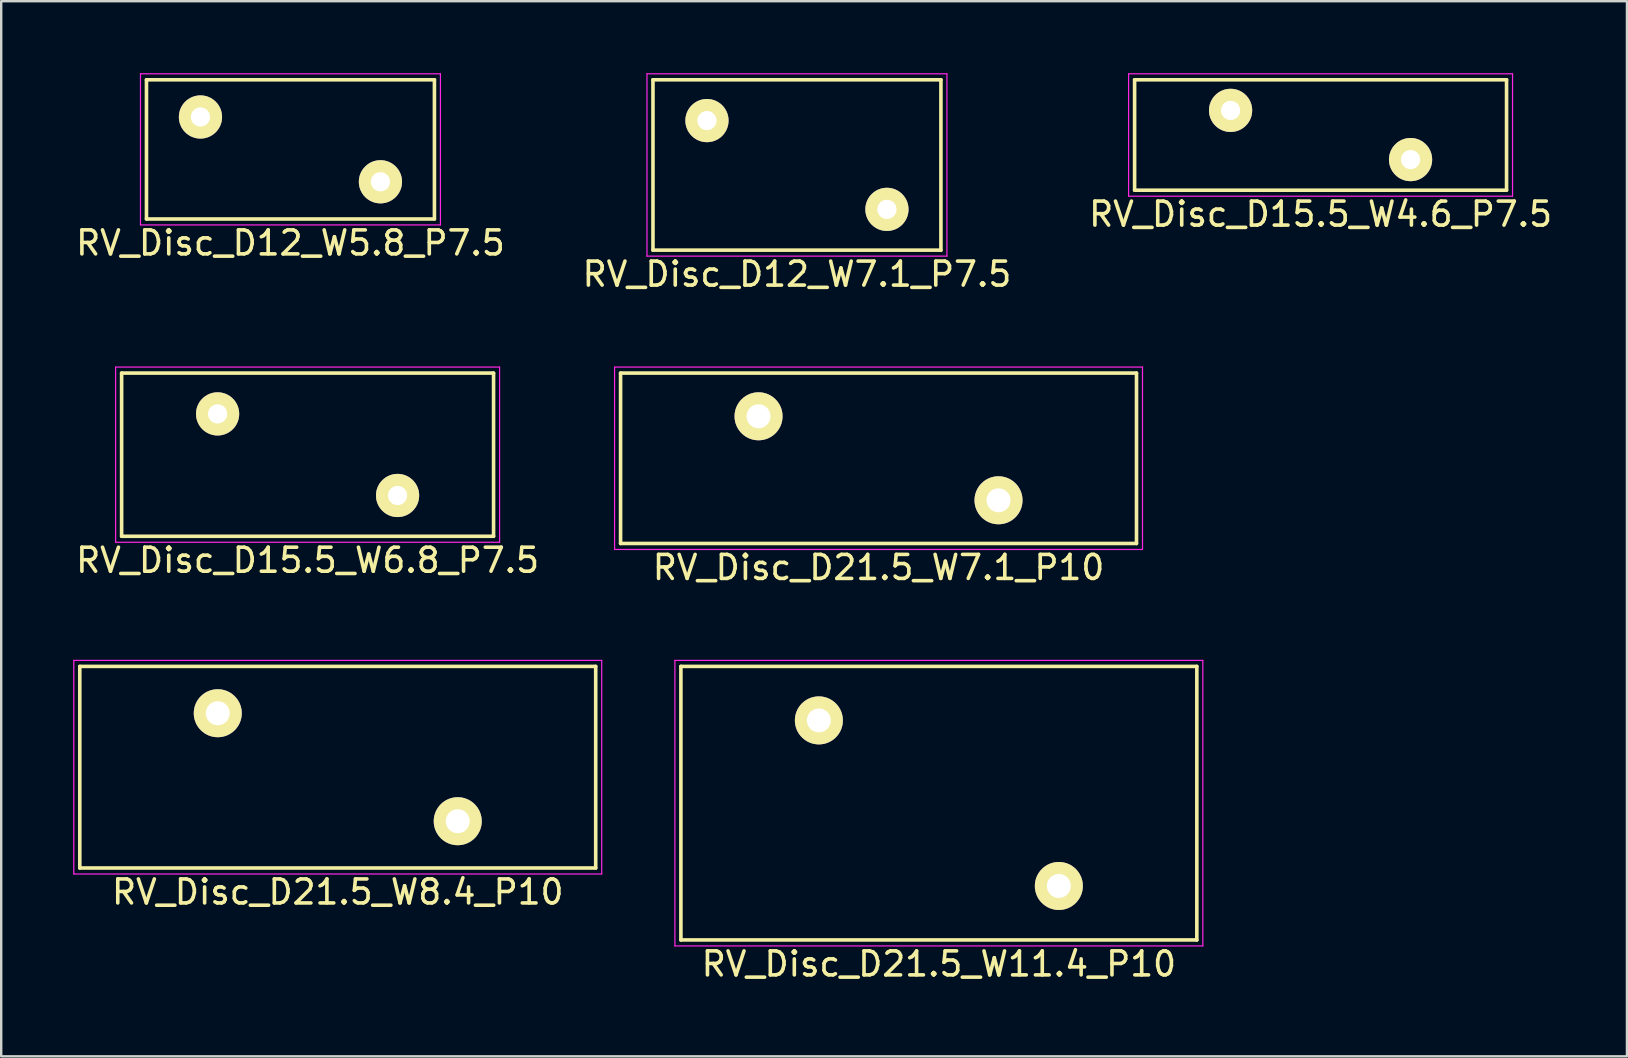
<source format=kicad_pcb>
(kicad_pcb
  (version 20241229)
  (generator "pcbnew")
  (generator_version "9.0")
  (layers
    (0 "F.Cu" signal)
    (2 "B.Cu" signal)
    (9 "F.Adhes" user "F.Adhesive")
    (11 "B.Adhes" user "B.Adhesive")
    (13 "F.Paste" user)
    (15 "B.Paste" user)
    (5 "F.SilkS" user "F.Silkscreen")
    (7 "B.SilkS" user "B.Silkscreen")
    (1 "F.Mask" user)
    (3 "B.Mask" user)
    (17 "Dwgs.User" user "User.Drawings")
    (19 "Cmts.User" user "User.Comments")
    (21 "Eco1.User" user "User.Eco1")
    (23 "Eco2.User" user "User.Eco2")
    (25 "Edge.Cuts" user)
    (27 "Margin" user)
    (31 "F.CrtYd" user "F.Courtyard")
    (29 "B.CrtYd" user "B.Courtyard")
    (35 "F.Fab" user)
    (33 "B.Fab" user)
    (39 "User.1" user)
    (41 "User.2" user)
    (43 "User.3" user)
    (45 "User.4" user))
  (footprint "RV_Disc_D12_W5.8_P7.5"
    (layer "F.Cu")
    (at 5.304 1.825)
    (property "Reference" "RV_Disc_D12_W5.8_P7.5" (at 3.75 5.25 0) (layer "F.SilkS") (effects (font (size 1 1) (thickness 0.15))))
    (attr through_hole)
    (fp_line (start -2.25 -1.55) (end -2.25 4.25) (stroke (width 0.15) (type solid)) (layer "F.SilkS"))
    (fp_line (start -2.25 -1.55) (end 9.75 -1.55) (stroke (width 0.15) (type solid)) (layer "F.SilkS"))
    (fp_line (start -2.25 4.25) (end 9.75 4.25) (stroke (width 0.15) (type solid)) (layer "F.SilkS"))
    (fp_line (start 9.75 -1.55) (end 9.75 4.25) (stroke (width 0.15) (type solid)) (layer "F.SilkS"))
    (fp_line (start -2.5 -1.8) (end -2.5 4.5) (stroke (width 0.05) (type solid)) (layer "F.CrtYd"))
    (fp_line (start -2.5 -1.8) (end 10 -1.8) (stroke (width 0.05) (type solid)) (layer "F.CrtYd"))
    (fp_line (start -2.5 4.5) (end 10 4.5) (stroke (width 0.05) (type solid)) (layer "F.CrtYd"))
    (fp_line (start 10 -1.8) (end 10 4.5) (stroke (width 0.05) (type solid)) (layer "F.CrtYd"))
    (pad "1" thru_hole circle (at 0 0) (size 1.8 1.8) (drill 0.8) (layers "*.Cu" "*.Mask" "F.SilkS"))
    (pad "2" thru_hole circle (at 7.5 2.7) (size 1.8 1.8) (drill 0.8) (layers "*.Cu" "*.Mask" "F.SilkS")))
  (footprint "RV_Disc_D12_W7.1_P7.5"
    (layer "F.Cu")
    (at 26.411 1.975)
    (property "Reference" "RV_Disc_D12_W7.1_P7.5" (at 3.75 6.4 0) (layer "F.SilkS") (effects (font (size 1 1) (thickness 0.15))))
    (attr through_hole)
    (fp_line (start -2.25 -1.7) (end -2.25 5.4) (stroke (width 0.15) (type solid)) (layer "F.SilkS"))
    (fp_line (start -2.25 -1.7) (end 9.75 -1.7) (stroke (width 0.15) (type solid)) (layer "F.SilkS"))
    (fp_line (start -2.25 5.4) (end 9.75 5.4) (stroke (width 0.15) (type solid)) (layer "F.SilkS"))
    (fp_line (start 9.75 -1.7) (end 9.75 5.4) (stroke (width 0.15) (type solid)) (layer "F.SilkS"))
    (fp_line (start -2.5 -1.95) (end -2.5 5.65) (stroke (width 0.05) (type solid)) (layer "F.CrtYd"))
    (fp_line (start -2.5 -1.95) (end 10 -1.95) (stroke (width 0.05) (type solid)) (layer "F.CrtYd"))
    (fp_line (start -2.5 5.65) (end 10 5.65) (stroke (width 0.05) (type solid)) (layer "F.CrtYd"))
    (fp_line (start 10 -1.95) (end 10 5.65) (stroke (width 0.05) (type solid)) (layer "F.CrtYd"))
    (pad "1" thru_hole circle (at 0 0) (size 1.8 1.8) (drill 0.8) (layers "*.Cu" "*.Mask" "F.SilkS"))
    (pad "2" thru_hole circle (at 7.5 3.7) (size 1.8 1.8) (drill 0.8) (layers "*.Cu" "*.Mask" "F.SilkS")))
  (footprint "RV_Disc_D21.5_W8.4_P10"
    (layer "F.Cu")
    (at 6.025 26.672)
    (property "Reference" "RV_Disc_D21.5_W8.4_P10" (at 5 7.45 0) (layer "F.SilkS") (effects (font (size 1 1) (thickness 0.15))))
    (attr through_hole)
    (fp_line (start -5.75 -1.95) (end -5.75 6.45) (stroke (width 0.15) (type solid)) (layer "F.SilkS"))
    (fp_line (start -5.75 -1.95) (end 15.75 -1.95) (stroke (width 0.15) (type solid)) (layer "F.SilkS"))
    (fp_line (start -5.75 6.45) (end 15.75 6.45) (stroke (width 0.15) (type solid)) (layer "F.SilkS"))
    (fp_line (start 15.75 -1.95) (end 15.75 6.45) (stroke (width 0.15) (type solid)) (layer "F.SilkS"))
    (fp_line (start -6 -2.2) (end -6 6.7) (stroke (width 0.05) (type solid)) (layer "F.CrtYd"))
    (fp_line (start -6 -2.2) (end 16 -2.2) (stroke (width 0.05) (type solid)) (layer "F.CrtYd"))
    (fp_line (start -6 6.7) (end 16 6.7) (stroke (width 0.05) (type solid)) (layer "F.CrtYd"))
    (fp_line (start 16 -2.2) (end 16 6.7) (stroke (width 0.05) (type solid)) (layer "F.CrtYd"))
    (pad "1" thru_hole circle (at 0 0) (size 2 2) (drill 1) (layers "*.Cu" "*.Mask" "F.SilkS"))
    (pad "2" thru_hole circle (at 10 4.5) (size 2 2) (drill 1) (layers "*.Cu" "*.Mask" "F.SilkS")))
  (footprint "RV_Disc_D21.5_W7.1_P10"
    (layer "F.Cu")
    (at 28.561 14.298)
    (property "Reference" "RV_Disc_D21.5_W7.1_P10" (at 5 6.3 0) (layer "F.SilkS") (effects (font (size 1 1) (thickness 0.15))))
    (attr through_hole)
    (fp_line (start -5.75 -1.8) (end -5.75 5.3) (stroke (width 0.15) (type solid)) (layer "F.SilkS"))
    (fp_line (start -5.75 -1.8) (end 15.75 -1.8) (stroke (width 0.15) (type solid)) (layer "F.SilkS"))
    (fp_line (start -5.75 5.3) (end 15.75 5.3) (stroke (width 0.15) (type solid)) (layer "F.SilkS"))
    (fp_line (start 15.75 -1.8) (end 15.75 5.3) (stroke (width 0.15) (type solid)) (layer "F.SilkS"))
    (fp_line (start -6 -2.05) (end -6 5.55) (stroke (width 0.05) (type solid)) (layer "F.CrtYd"))
    (fp_line (start -6 -2.05) (end 16 -2.05) (stroke (width 0.05) (type solid)) (layer "F.CrtYd"))
    (fp_line (start -6 5.55) (end 16 5.55) (stroke (width 0.05) (type solid)) (layer "F.CrtYd"))
    (fp_line (start 16 -2.05) (end 16 5.55) (stroke (width 0.05) (type solid)) (layer "F.CrtYd"))
    (pad "1" thru_hole circle (at 0 0) (size 2 2) (drill 1) (layers "*.Cu" "*.Mask" "F.SilkS"))
    (pad "2" thru_hole circle (at 10 3.5) (size 2 2) (drill 1) (layers "*.Cu" "*.Mask" "F.SilkS")))
  (footprint "RV_Disc_D15.5_W6.8_P7.5"
    (layer "F.Cu")
    (at 6.018 14.198)
    (property "Reference" "RV_Disc_D15.5_W6.8_P7.5" (at 3.75 6.1 0) (layer "F.SilkS") (effects (font (size 1 1) (thickness 0.15))))
    (attr through_hole)
    (fp_line (start -4 -1.7) (end -4 5.1) (stroke (width 0.15) (type solid)) (layer "F.SilkS"))
    (fp_line (start -4 -1.7) (end 11.5 -1.7) (stroke (width 0.15) (type solid)) (layer "F.SilkS"))
    (fp_line (start -4 5.1) (end 11.5 5.1) (stroke (width 0.15) (type solid)) (layer "F.SilkS"))
    (fp_line (start 11.5 -1.7) (end 11.5 5.1) (stroke (width 0.15) (type solid)) (layer "F.SilkS"))
    (fp_line (start -4.25 -1.95) (end -4.25 5.35) (stroke (width 0.05) (type solid)) (layer "F.CrtYd"))
    (fp_line (start -4.25 -1.95) (end 11.75 -1.95) (stroke (width 0.05) (type solid)) (layer "F.CrtYd"))
    (fp_line (start -4.25 5.35) (end 11.75 5.35) (stroke (width 0.05) (type solid)) (layer "F.CrtYd"))
    (fp_line (start 11.75 -1.95) (end 11.75 5.35) (stroke (width 0.05) (type solid)) (layer "F.CrtYd"))
    (pad "1" thru_hole circle (at 0 0) (size 1.8 1.8) (drill 0.8) (layers "*.Cu" "*.Mask" "F.SilkS"))
    (pad "2" thru_hole circle (at 7.5 3.4) (size 1.8 1.8) (drill 0.8) (layers "*.Cu" "*.Mask" "F.SilkS")))
  (footprint "RV_Disc_D15.5_W4.6_P7.5"
    (layer "F.Cu")
    (at 48.232 1.55)
    (property "Reference" "RV_Disc_D15.5_W4.6_P7.5" (at 3.75 4.325 0) (layer "F.SilkS") (effects (font (size 1 1) (thickness 0.15))))
    (attr through_hole)
    (fp_line (start -4 -1.275) (end -4 3.325) (stroke (width 0.15) (type solid)) (layer "F.SilkS"))
    (fp_line (start -4 -1.275) (end 11.5 -1.275) (stroke (width 0.15) (type solid)) (layer "F.SilkS"))
    (fp_line (start -4 3.325) (end 11.5 3.325) (stroke (width 0.15) (type solid)) (layer "F.SilkS"))
    (fp_line (start 11.5 -1.275) (end 11.5 3.325) (stroke (width 0.15) (type solid)) (layer "F.SilkS"))
    (fp_line (start -4.25 -1.525) (end -4.25 3.575) (stroke (width 0.05) (type solid)) (layer "F.CrtYd"))
    (fp_line (start -4.25 -1.525) (end 11.75 -1.525) (stroke (width 0.05) (type solid)) (layer "F.CrtYd"))
    (fp_line (start -4.25 3.575) (end 11.75 3.575) (stroke (width 0.05) (type solid)) (layer "F.CrtYd"))
    (fp_line (start 11.75 -1.525) (end 11.75 3.575) (stroke (width 0.05) (type solid)) (layer "F.CrtYd"))
    (pad "1" thru_hole circle (at 0 0) (size 1.8 1.8) (drill 0.8) (layers "*.Cu" "*.Mask" "F.SilkS"))
    (pad "2" thru_hole circle (at 7.5 2.05) (size 1.8 1.8) (drill 0.8) (layers "*.Cu" "*.Mask" "F.SilkS")))
  (footprint "RV_Disc_D21.5_W11.4_P10"
    (layer "F.Cu")
    (at 31.075 26.971)
    (property "Reference" "RV_Disc_D21.5_W11.4_P10" (at 5 10.15 0) (layer "F.SilkS") (effects (font (size 1 1) (thickness 0.15))))
    (attr through_hole)
    (fp_line (start -5.75 -2.25) (end -5.75 9.15) (stroke (width 0.15) (type solid)) (layer "F.SilkS"))
    (fp_line (start -5.75 -2.25) (end 15.75 -2.25) (stroke (width 0.15) (type solid)) (layer "F.SilkS"))
    (fp_line (start -5.75 9.15) (end 15.75 9.15) (stroke (width 0.15) (type solid)) (layer "F.SilkS"))
    (fp_line (start 15.75 -2.25) (end 15.75 9.15) (stroke (width 0.15) (type solid)) (layer "F.SilkS"))
    (fp_line (start -6 -2.5) (end -6 9.4) (stroke (width 0.05) (type solid)) (layer "F.CrtYd"))
    (fp_line (start -6 -2.5) (end 16 -2.5) (stroke (width 0.05) (type solid)) (layer "F.CrtYd"))
    (fp_line (start -6 9.4) (end 16 9.4) (stroke (width 0.05) (type solid)) (layer "F.CrtYd"))
    (fp_line (start 16 -2.5) (end 16 9.4) (stroke (width 0.05) (type solid)) (layer "F.CrtYd"))
    (pad "1" thru_hole circle (at 0 0) (size 2 2) (drill 1) (layers "*.Cu" "*.Mask" "F.SilkS"))
    (pad "2" thru_hole circle (at 10 6.9) (size 2 2) (drill 1) (layers "*.Cu" "*.Mask" "F.SilkS")))
  (gr_rect
    (start -3 -3)
    (end 64.75 40.97)
    (stroke (width 0.1) (type default))
    (fill no)
    (layer "Edge.Cuts")))
</source>
